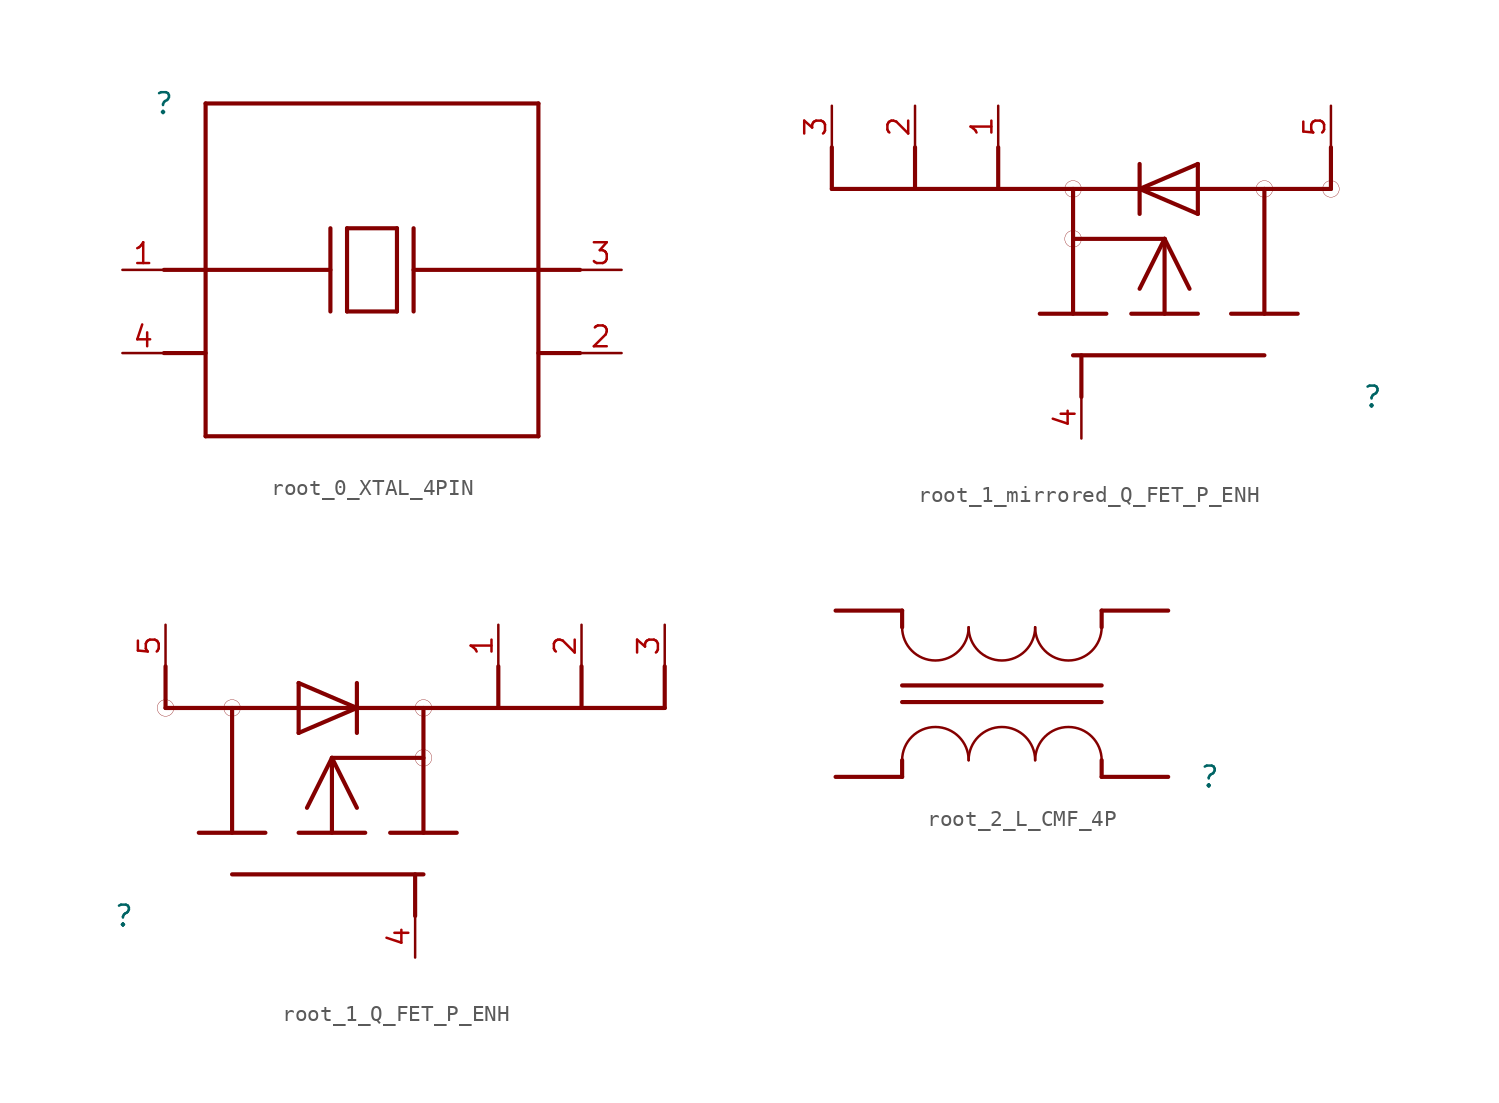
<source format=kicad_sym>
(kicad_symbol_lib
  (version 20220914)
  (generator kicad_symbol_editor)
  (symbol "root_0_XTAL_4PIN"
    (property "Reference" ""
      (at 0 0 0)
      (effects (font (size 1.27 1.27))))
    (property "Value" ""
      (at 0 0 0)
      (effects (font (size 1.27 1.27))))
    (symbol "root_0_XTAL_4PIN_1_0"
      (polyline (pts (xy 0 -15.24) (xy 2.54 -15.24)) (stroke (width 0.254) (type solid)) (fill (type none)))
      (polyline (pts (xy 0 -10.16) (xy 10.16 -10.16)) (stroke (width 0.254) (type solid)) (fill (type none)))
      (polyline (pts (xy 2.54 -20.32) (xy 22.86 -20.32)) (stroke (width 0.254) (type solid)) (fill (type none)))
      (polyline (pts (xy 2.54 0) (xy 2.54 -20.32)) (stroke (width 0.254) (type solid)) (fill (type none)))
      (polyline (pts (xy 10.16 -12.7) (xy 10.16 -7.62)) (stroke (width 0.254) (type solid)) (fill (type none)))
      (polyline (pts (xy 11.176 -12.7) (xy 14.224 -12.7)) (stroke (width 0.254) (type solid)) (fill (type none)))
      (polyline (pts (xy 11.176 -7.62) (xy 11.176 -12.7)) (stroke (width 0.254) (type solid)) (fill (type none)))
      (polyline (pts (xy 14.224 -12.7) (xy 14.224 -7.62)) (stroke (width 0.254) (type solid)) (fill (type none)))
      (polyline (pts (xy 14.224 -7.62) (xy 11.176 -7.62)) (stroke (width 0.254) (type solid)) (fill (type none)))
      (polyline (pts (xy 15.24 -12.7) (xy 15.24 -7.62)) (stroke (width 0.254) (type solid)) (fill (type none)))
      (polyline (pts (xy 15.24 -10.16) (xy 25.4 -10.16)) (stroke (width 0.254) (type solid)) (fill (type none)))
      (polyline (pts (xy 22.86 -15.24) (xy 25.4 -15.24)) (stroke (width 0.254) (type solid)) (fill (type none)))
      (polyline (pts (xy 22.86 0) (xy 2.54 0)) (stroke (width 0.254) (type solid)) (fill (type none)))
      (polyline (pts (xy 22.86 0) (xy 22.86 -20.32)) (stroke (width 0.254) (type solid)) (fill (type none)))
      (pin bidirectional line (at -2.54 -10.16 0) (length 2.54) (name "1" (effects (font (size 0 0)))) (number "1" (effects (font (size 1.27 1.27)))))
      (pin bidirectional line (at 27.94 -15.24 180) (length 2.54) (name "2" (effects (font (size 0 0)))) (number "2" (effects (font (size 1.27 1.27)))))
      (pin bidirectional line (at 27.94 -10.16 180) (length 2.54) (name "3" (effects (font (size 0 0)))) (number "3" (effects (font (size 1.27 1.27)))))
      (pin bidirectional line (at -2.54 -15.24 0) (length 2.54) (name "4" (effects (font (size 0 0)))) (number "4" (effects (font (size 1.27 1.27)))))))
  (symbol "root_1_mirrored_Q_FET_P_ENH"
    (property "Reference" ""
      (at 0 0 0)
      (effects (font (size 1.27 1.27))))
    (property "Value" ""
      (at 0 0 0)
      (effects (font (size 1.27 1.27))))
    (symbol "root_1_mirrored_Q_FET_P_ENH_1_0"
      (circle (center -18.288 9.652) (radius 0.508) (stroke (width 0.0001) (type solid)) (fill (type none)))
      (circle (center -18.288 12.7) (radius 0.508) (stroke (width 0.0001) (type solid)) (fill (type none)))
      (circle (center -6.604 12.7) (radius 0.508) (stroke (width 0.0001) (type solid)) (fill (type none)))
      (circle (center -2.54 12.7) (radius 0.508) (stroke (width 0.0001) (type solid)) (fill (type none)))
      (polyline (pts (xy -33.02 12.7) (xy -33.02 15.24)) (stroke (width 0.254) (type solid)) (fill (type none)))
      (polyline (pts (xy -27.94 12.7) (xy -27.94 15.24)) (stroke (width 0.254) (type solid)) (fill (type none)))
      (polyline (pts (xy -22.86 12.7) (xy -22.86 15.24)) (stroke (width 0.254) (type solid)) (fill (type none)))
      (polyline (pts (xy -18.288 5.08) (xy -18.288 12.7)) (stroke (width 0.254) (type solid)) (fill (type none)))
      (polyline (pts (xy -17.78 0) (xy -17.78 2.54)) (stroke (width 0.254) (type solid)) (fill (type none)))
      (polyline (pts (xy -16.256 5.08) (xy -20.32 5.08)) (stroke (width 0.254) (type solid)) (fill (type none)))
      (polyline (pts (xy -14.732 5.08) (xy -10.668 5.08)) (stroke (width 0.254) (type solid)) (fill (type none)))
      (polyline (pts (xy -14.224 12.7) (xy -10.668 14.224)) (stroke (width 0.254) (type solid)) (fill (type none)))
      (polyline (pts (xy -14.224 14.224) (xy -14.224 11.176)) (stroke (width 0.254) (type solid)) (fill (type none)))
      (polyline (pts (xy -12.7 9.652) (xy -18.288 9.652)) (stroke (width 0.254) (type solid)) (fill (type none)))
      (polyline (pts (xy -12.7 9.652) (xy -14.224 6.604)) (stroke (width 0.254) (type solid)) (fill (type none)))
      (polyline (pts (xy -12.7 9.652) (xy -12.7 5.08)) (stroke (width 0.254) (type solid)) (fill (type none)))
      (polyline (pts (xy -12.7 9.652) (xy -11.176 6.604)) (stroke (width 0.254) (type solid)) (fill (type none)))
      (polyline (pts (xy -10.668 11.176) (xy -14.224 12.7)) (stroke (width 0.254) (type solid)) (fill (type none)))
      (polyline (pts (xy -10.668 11.176) (xy -10.668 14.224)) (stroke (width 0.254) (type solid)) (fill (type none)))
      (polyline (pts (xy -8.636 5.08) (xy -4.572 5.08)) (stroke (width 0.254) (type solid)) (fill (type none)))
      (polyline (pts (xy -6.604 2.54) (xy -18.288 2.54)) (stroke (width 0.254) (type solid)) (fill (type none)))
      (polyline (pts (xy -6.604 5.08) (xy -6.604 12.7)) (stroke (width 0.254) (type solid)) (fill (type none)))
      (polyline (pts (xy -2.54 12.7) (xy -33.02 12.7)) (stroke (width 0.254) (type solid)) (fill (type none)))
      (polyline (pts (xy -2.54 12.7) (xy -2.54 15.24)) (stroke (width 0.254) (type solid)) (fill (type none)))
      (pin bidirectional line (at -22.86 17.78 270) (length 2.54) (name "S1" (effects (font (size 0 0)))) (number "1" (effects (font (size 1.27 1.27)))))
      (pin bidirectional line (at -27.94 17.78 270) (length 2.54) (name "S2" (effects (font (size 0 0)))) (number "2" (effects (font (size 1.27 1.27)))))
      (pin bidirectional line (at -33.02 17.78 270) (length 2.54) (name "S3" (effects (font (size 0 0)))) (number "3" (effects (font (size 1.27 1.27)))))
      (pin bidirectional line (at -17.78 -2.54 90) (length 2.54) (name "G" (effects (font (size 0 0)))) (number "4" (effects (font (size 1.27 1.27)))))
      (pin bidirectional line (at -2.54 17.78 270) (length 2.54) (name "D" (effects (font (size 0 0)))) (number "5" (effects (font (size 1.27 1.27)))))))
  (symbol "root_1_Q_FET_P_ENH"
    (property "Reference" ""
      (at 0 0 0)
      (effects (font (size 1.27 1.27))))
    (property "Value" ""
      (at 0 0 0)
      (effects (font (size 1.27 1.27))))
    (symbol "root_1_Q_FET_P_ENH_1_0"
      (polyline (pts (xy 2.54 12.7) (xy 2.54 15.24)) (stroke (width 0.254) (type solid)) (fill (type none)))
      (polyline (pts (xy 2.54 12.7) (xy 33.02 12.7)) (stroke (width 0.254) (type solid)) (fill (type none)))
      (polyline (pts (xy 6.604 2.54) (xy 18.288 2.54)) (stroke (width 0.254) (type solid)) (fill (type none)))
      (polyline (pts (xy 6.604 5.08) (xy 6.604 12.7)) (stroke (width 0.254) (type solid)) (fill (type none)))
      (polyline (pts (xy 8.636 5.08) (xy 4.572 5.08)) (stroke (width 0.254) (type solid)) (fill (type none)))
      (polyline (pts (xy 10.668 11.176) (xy 10.668 14.224)) (stroke (width 0.254) (type solid)) (fill (type none)))
      (polyline (pts (xy 10.668 11.176) (xy 14.224 12.7)) (stroke (width 0.254) (type solid)) (fill (type none)))
      (polyline (pts (xy 12.7 9.652) (xy 11.176 6.604)) (stroke (width 0.254) (type solid)) (fill (type none)))
      (polyline (pts (xy 12.7 9.652) (xy 12.7 5.08)) (stroke (width 0.254) (type solid)) (fill (type none)))
      (polyline (pts (xy 12.7 9.652) (xy 14.224 6.604)) (stroke (width 0.254) (type solid)) (fill (type none)))
      (polyline (pts (xy 12.7 9.652) (xy 18.288 9.652)) (stroke (width 0.254) (type solid)) (fill (type none)))
      (polyline (pts (xy 14.224 12.7) (xy 10.668 14.224)) (stroke (width 0.254) (type solid)) (fill (type none)))
      (polyline (pts (xy 14.224 14.224) (xy 14.224 11.176)) (stroke (width 0.254) (type solid)) (fill (type none)))
      (polyline (pts (xy 14.732 5.08) (xy 10.668 5.08)) (stroke (width 0.254) (type solid)) (fill (type none)))
      (polyline (pts (xy 16.256 5.08) (xy 20.32 5.08)) (stroke (width 0.254) (type solid)) (fill (type none)))
      (polyline (pts (xy 17.78 0) (xy 17.78 2.54)) (stroke (width 0.254) (type solid)) (fill (type none)))
      (polyline (pts (xy 18.288 5.08) (xy 18.288 12.7)) (stroke (width 0.254) (type solid)) (fill (type none)))
      (polyline (pts (xy 22.86 12.7) (xy 22.86 15.24)) (stroke (width 0.254) (type solid)) (fill (type none)))
      (polyline (pts (xy 27.94 12.7) (xy 27.94 15.24)) (stroke (width 0.254) (type solid)) (fill (type none)))
      (polyline (pts (xy 33.02 12.7) (xy 33.02 15.24)) (stroke (width 0.254) (type solid)) (fill (type none)))
      (circle (center 2.54 12.7) (radius 0.508) (stroke (width 0.0001) (type solid)) (fill (type none)))
      (circle (center 6.604 12.7) (radius 0.508) (stroke (width 0.0001) (type solid)) (fill (type none)))
      (circle (center 18.288 9.652) (radius 0.508) (stroke (width 0.0001) (type solid)) (fill (type none)))
      (circle (center 18.288 12.7) (radius 0.508) (stroke (width 0.0001) (type solid)) (fill (type none)))
      (pin bidirectional line (at 22.86 17.78 270) (length 2.54) (name "S1" (effects (font (size 0 0)))) (number "1" (effects (font (size 1.27 1.27)))))
      (pin bidirectional line (at 27.94 17.78 270) (length 2.54) (name "S2" (effects (font (size 0 0)))) (number "2" (effects (font (size 1.27 1.27)))))
      (pin bidirectional line (at 33.02 17.78 270) (length 2.54) (name "S3" (effects (font (size 0 0)))) (number "3" (effects (font (size 1.27 1.27)))))
      (pin bidirectional line (at 17.78 -2.54 90) (length 2.54) (name "G" (effects (font (size 0 0)))) (number "4" (effects (font (size 1.27 1.27)))))
      (pin bidirectional line (at 2.54 17.78 270) (length 2.54) (name "D" (effects (font (size 0 0)))) (number "5" (effects (font (size 1.27 1.27)))))))
  (symbol "root_2_L_CMF_4P"
    (property "Reference" ""
      (at 0 0 0)
      (effects (font (size 1.27 1.27))))
    (property "Value" ""
      (at 0 0 0)
      (effects (font (size 1.27 1.27))))
    (symbol "root_2_L_CMF_4P_1_0"
      (arc (start -18.796 9.144) (mid -16.764 7.1208) (end -14.732 9.144) (stroke (width 0) (type solid)) (fill (type none)))
      (arc (start -14.732 1.016) (mid -16.764 3.0392) (end -18.796 1.016) (stroke (width 0) (type solid)) (fill (type none)))
      (arc (start -14.732 9.144) (mid -12.7 7.1208) (end -10.668 9.144) (stroke (width 0) (type solid)) (fill (type none)))
      (arc (start -10.668 1.016) (mid -12.7 3.0392) (end -14.732 1.016) (stroke (width 0) (type solid)) (fill (type none)))
      (arc (start -10.668 9.144) (mid -8.636 7.1208) (end -6.604 9.144) (stroke (width 0) (type solid)) (fill (type none)))
      (arc (start -6.604 1.016) (mid -8.636 3.0392) (end -10.668 1.016) (stroke (width 0) (type solid)) (fill (type none)))
      (polyline (pts (xy -18.796 0) (xy -22.86 0)) (stroke (width 0.254) (type solid)) (fill (type none)))
      (polyline (pts (xy -18.796 0) (xy -18.796 1.016)) (stroke (width 0.254) (type solid)) (fill (type none)))
      (polyline (pts (xy -18.796 10.16) (xy -22.86 10.16)) (stroke (width 0.254) (type solid)) (fill (type none)))
      (polyline (pts (xy -18.796 10.16) (xy -18.796 9.144)) (stroke (width 0.254) (type solid)) (fill (type none)))
      (polyline (pts (xy -6.604 0) (xy -6.604 1.016)) (stroke (width 0.254) (type solid)) (fill (type none)))
      (polyline (pts (xy -6.604 0) (xy -2.54 0)) (stroke (width 0.254) (type solid)) (fill (type none)))
      (polyline (pts (xy -6.604 4.572) (xy -18.796 4.572)) (stroke (width 0.254) (type solid)) (fill (type none)))
      (polyline (pts (xy -6.604 5.588) (xy -18.796 5.588)) (stroke (width 0.254) (type solid)) (fill (type none)))
      (polyline (pts (xy -6.604 10.16) (xy -6.604 9.144)) (stroke (width 0.254) (type solid)) (fill (type none)))
      (polyline (pts (xy -6.604 10.16) (xy -2.54 10.16)) (stroke (width 0.254) (type solid)) (fill (type none)))
      (pin bidirectional line (at -2.54 0 270) (length 0) (name "1" (effects (font (size 0 0)))) (number "1" (effects (font (size 0 0)))))
      (pin bidirectional line (at -2.54 10.16 0) (length 0) (name "2" (effects (font (size 0 0)))) (number "2" (effects (font (size 0 0)))))
      (pin bidirectional line (at -22.86 10.16 90) (length 0) (name "3" (effects (font (size 0 0)))) (number "3" (effects (font (size 0 0)))))
      (pin bidirectional line (at -22.86 0 90) (length 0) (name "4" (effects (font (size 0 0)))) (number "4" (effects (font (size 0 0))))))))
</source>
